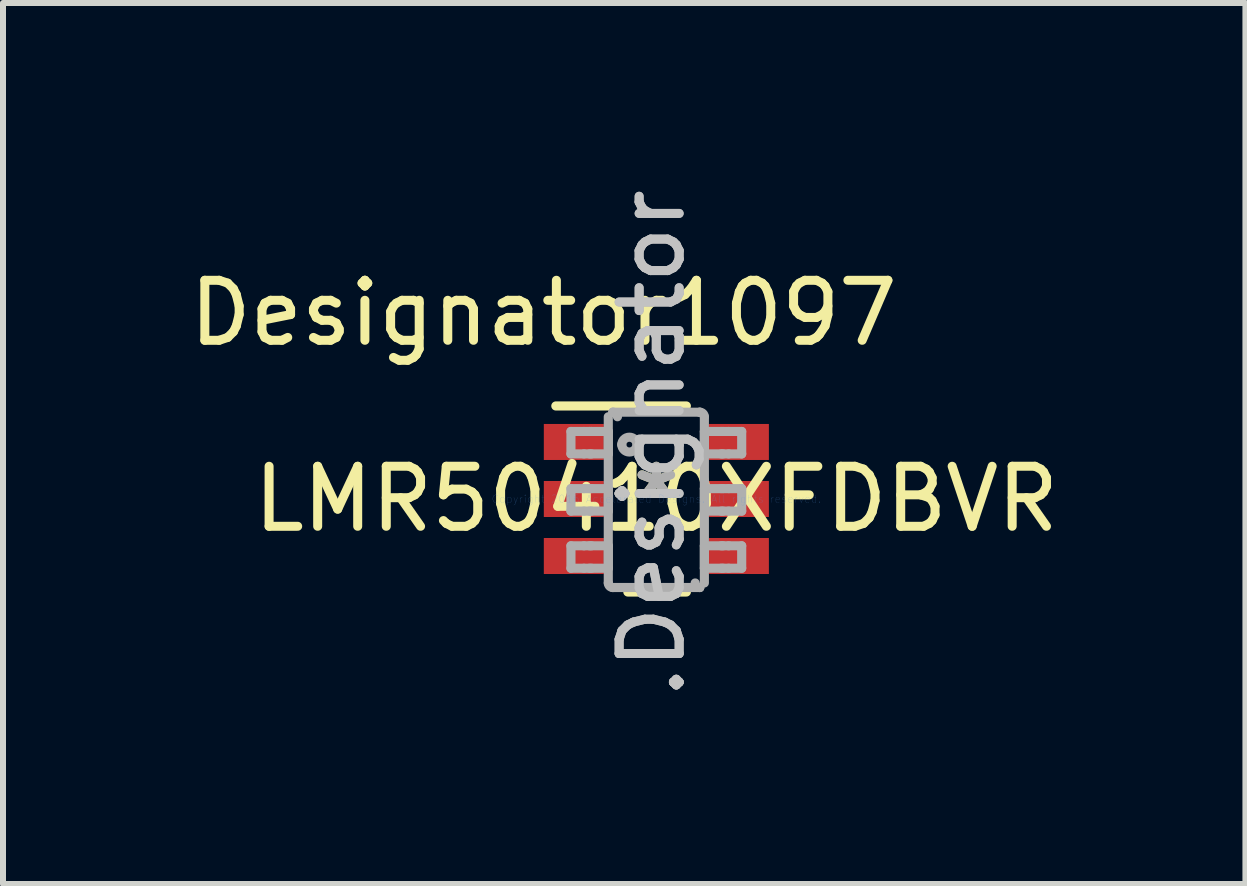
<source format=kicad_pcb>
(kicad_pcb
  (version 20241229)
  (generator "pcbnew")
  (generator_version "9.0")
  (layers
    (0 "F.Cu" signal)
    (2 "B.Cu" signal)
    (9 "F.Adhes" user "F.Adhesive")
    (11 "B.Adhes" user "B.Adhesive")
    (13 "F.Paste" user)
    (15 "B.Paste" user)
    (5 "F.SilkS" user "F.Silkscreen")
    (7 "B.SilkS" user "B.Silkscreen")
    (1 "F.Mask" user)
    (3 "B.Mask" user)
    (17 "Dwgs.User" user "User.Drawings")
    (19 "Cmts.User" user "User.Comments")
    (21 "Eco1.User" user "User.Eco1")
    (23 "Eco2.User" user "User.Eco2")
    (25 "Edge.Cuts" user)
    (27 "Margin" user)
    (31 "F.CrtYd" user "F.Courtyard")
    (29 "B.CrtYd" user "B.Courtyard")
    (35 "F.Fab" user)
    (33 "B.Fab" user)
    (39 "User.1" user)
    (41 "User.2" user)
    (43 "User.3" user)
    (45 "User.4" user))
  (footprint "LMR50410XFDBVR"
    (layer "F.Cu")
    (at 7.886 5.264)
    (property "Reference" "LMR50410XFDBVR" (at 0 0 0) (layer "F.SilkS") (effects (font (size 1 1) (thickness 0.15))))
    (attr through_hole)
    (fp_line (start -1.675 -1.55) (end 0.5 -1.55) (stroke (width 0.152) (type solid)) (layer "F.SilkS"))
    (fp_line (start -0.475 1.55) (end 0.5 1.55) (stroke (width 0.152) (type solid)) (layer "F.SilkS"))
    (fp_line (start -1.423 -1.125) (end -1.206 -1.125) (stroke (width 0.152) (type solid)) (layer "F.Fab"))
    (fp_line (start -1.423 -0.751) (end -1.423 -1.125) (stroke (width 0.152) (type solid)) (layer "F.Fab"))
    (fp_line (start -1.423 -0.751) (end -1.206 -0.751) (stroke (width 0.152) (type solid)) (layer "F.Fab"))
    (fp_line (start -1.423 -0.173) (end -1.206 -0.173) (stroke (width 0.152) (type solid)) (layer "F.Fab"))
    (fp_line (start -1.423 0.202) (end -1.423 -0.173) (stroke (width 0.152) (type solid)) (layer "F.Fab"))
    (fp_line (start -1.423 0.202) (end -1.206 0.202) (stroke (width 0.152) (type solid)) (layer "F.Fab"))
    (fp_line (start -1.423 0.78) (end -1.206 0.78) (stroke (width 0.152) (type solid)) (layer "F.Fab"))
    (fp_line (start -1.423 1.154) (end -1.423 0.78) (stroke (width 0.152) (type solid)) (layer "F.Fab"))
    (fp_line (start -1.423 1.154) (end -1.206 1.154) (stroke (width 0.152) (type solid)) (layer "F.Fab"))
    (fp_line (start -1.206 -1.125) (end -1.113 -1.125) (stroke (width 0.152) (type solid)) (layer "F.Fab"))
    (fp_line (start -1.206 -0.751) (end -1.113 -0.751) (stroke (width 0.152) (type solid)) (layer "F.Fab"))
    (fp_line (start -1.206 -0.173) (end -1.113 -0.173) (stroke (width 0.152) (type solid)) (layer "F.Fab"))
    (fp_line (start -1.206 0.202) (end -1.113 0.202) (stroke (width 0.152) (type solid)) (layer "F.Fab"))
    (fp_line (start -1.206 0.78) (end -1.113 0.78) (stroke (width 0.152) (type solid)) (layer "F.Fab"))
    (fp_line (start -1.206 1.154) (end -1.113 1.154) (stroke (width 0.152) (type solid)) (layer "F.Fab"))
    (fp_line (start -1.113 -1.125) (end -1.081 -1.125) (stroke (width 0.152) (type solid)) (layer "F.Fab"))
    (fp_line (start -1.113 -0.751) (end -1.081 -0.751) (stroke (width 0.152) (type solid)) (layer "F.Fab"))
    (fp_line (start -1.113 -0.173) (end -1.081 -0.173) (stroke (width 0.152) (type solid)) (layer "F.Fab"))
    (fp_line (start -1.113 0.202) (end -1.081 0.202) (stroke (width 0.152) (type solid)) (layer "F.Fab"))
    (fp_line (start -1.113 0.78) (end -1.081 0.78) (stroke (width 0.152) (type solid)) (layer "F.Fab"))
    (fp_line (start -1.113 1.154) (end -1.081 1.154) (stroke (width 0.152) (type solid)) (layer "F.Fab"))
    (fp_line (start -1.081 -1.125) (end -0.828 -1.125) (stroke (width 0.152) (type solid)) (layer "F.Fab"))
    (fp_line (start -1.081 -0.751) (end -0.828 -0.751) (stroke (width 0.152) (type solid)) (layer "F.Fab"))
    (fp_line (start -1.081 -0.173) (end -0.828 -0.173) (stroke (width 0.152) (type solid)) (layer "F.Fab"))
    (fp_line (start -1.081 0.202) (end -0.828 0.202) (stroke (width 0.152) (type solid)) (layer "F.Fab"))
    (fp_line (start -1.081 0.78) (end -0.828 0.78) (stroke (width 0.152) (type solid)) (layer "F.Fab"))
    (fp_line (start -1.081 1.154) (end -0.828 1.154) (stroke (width 0.152) (type solid)) (layer "F.Fab"))
    (fp_line (start -0.828 -1.125) (end -0.801 -1.125) (stroke (width 0.152) (type solid)) (layer "F.Fab"))
    (fp_line (start -0.828 -0.751) (end -0.801 -0.751) (stroke (width 0.152) (type solid)) (layer "F.Fab"))
    (fp_line (start -0.828 -0.173) (end -0.801 -0.173) (stroke (width 0.152) (type solid)) (layer "F.Fab"))
    (fp_line (start -0.828 0.202) (end -0.801 0.202) (stroke (width 0.152) (type solid)) (layer "F.Fab"))
    (fp_line (start -0.828 0.78) (end -0.801 0.78) (stroke (width 0.152) (type solid)) (layer "F.Fab"))
    (fp_line (start -0.828 1.154) (end -0.801 1.154) (stroke (width 0.152) (type solid)) (layer "F.Fab"))
    (fp_line (start -0.801 -0.751) (end -0.801 -1.125) (stroke (width 0.152) (type solid)) (layer "F.Fab"))
    (fp_line (start -0.801 0.202) (end -0.801 -0.173) (stroke (width 0.152) (type solid)) (layer "F.Fab"))
    (fp_line (start -0.801 1.154) (end -0.801 0.78) (stroke (width 0.152) (type solid)) (layer "F.Fab"))
    (fp_line (start -0.801 1.399) (end -0.801 -1.37) (stroke (width 0.152) (type solid)) (layer "F.Fab"))
    (fp_line (start -0.725 -1.446) (end -0.724 -1.446) (stroke (width 0.152) (type solid)) (layer "F.Fab"))
    (fp_line (start -0.725 1.475) (end -0.724 1.475) (stroke (width 0.152) (type solid)) (layer "F.Fab"))
    (fp_line (start -0.724 -1.446) (end 0.723 -1.446) (stroke (width 0.152) (type solid)) (layer "F.Fab"))
    (fp_line (start -0.724 1.475) (end 0.723 1.475) (stroke (width 0.152) (type solid)) (layer "F.Fab"))
    (fp_line (start 0.723 -1.446) (end 0.724 -1.446) (stroke (width 0.152) (type solid)) (layer "F.Fab"))
    (fp_line (start 0.723 1.475) (end 0.724 1.475) (stroke (width 0.152) (type solid)) (layer "F.Fab"))
    (fp_line (start 0.8 -1.125) (end 0.827 -1.125) (stroke (width 0.152) (type solid)) (layer "F.Fab"))
    (fp_line (start 0.8 -0.751) (end 0.8 -1.125) (stroke (width 0.152) (type solid)) (layer "F.Fab"))
    (fp_line (start 0.8 -0.751) (end 0.827 -0.751) (stroke (width 0.152) (type solid)) (layer "F.Fab"))
    (fp_line (start 0.8 -0.173) (end 0.827 -0.173) (stroke (width 0.152) (type solid)) (layer "F.Fab"))
    (fp_line (start 0.8 0.202) (end 0.8 -0.173) (stroke (width 0.152) (type solid)) (layer "F.Fab"))
    (fp_line (start 0.8 0.202) (end 0.827 0.202) (stroke (width 0.152) (type solid)) (layer "F.Fab"))
    (fp_line (start 0.8 0.78) (end 0.827 0.78) (stroke (width 0.152) (type solid)) (layer "F.Fab"))
    (fp_line (start 0.8 1.154) (end 0.8 0.78) (stroke (width 0.152) (type solid)) (layer "F.Fab"))
    (fp_line (start 0.8 1.154) (end 0.827 1.154) (stroke (width 0.152) (type solid)) (layer "F.Fab"))
    (fp_line (start 0.8 1.399) (end 0.8 -1.37) (stroke (width 0.152) (type solid)) (layer "F.Fab"))
    (fp_line (start 0.827 -1.125) (end 1.08 -1.125) (stroke (width 0.152) (type solid)) (layer "F.Fab"))
    (fp_line (start 0.827 -0.751) (end 1.08 -0.751) (stroke (width 0.152) (type solid)) (layer "F.Fab"))
    (fp_line (start 0.827 -0.173) (end 1.08 -0.173) (stroke (width 0.152) (type solid)) (layer "F.Fab"))
    (fp_line (start 0.827 0.202) (end 1.08 0.202) (stroke (width 0.152) (type solid)) (layer "F.Fab"))
    (fp_line (start 0.827 0.78) (end 1.08 0.78) (stroke (width 0.152) (type solid)) (layer "F.Fab"))
    (fp_line (start 0.827 1.154) (end 1.08 1.154) (stroke (width 0.152) (type solid)) (layer "F.Fab"))
    (fp_line (start 1.08 -1.125) (end 1.112 -1.125) (stroke (width 0.152) (type solid)) (layer "F.Fab"))
    (fp_line (start 1.08 -0.751) (end 1.112 -0.751) (stroke (width 0.152) (type solid)) (layer "F.Fab"))
    (fp_line (start 1.08 -0.173) (end 1.112 -0.173) (stroke (width 0.152) (type solid)) (layer "F.Fab"))
    (fp_line (start 1.08 0.202) (end 1.112 0.202) (stroke (width 0.152) (type solid)) (layer "F.Fab"))
    (fp_line (start 1.08 0.78) (end 1.112 0.78) (stroke (width 0.152) (type solid)) (layer "F.Fab"))
    (fp_line (start 1.08 1.154) (end 1.112 1.154) (stroke (width 0.152) (type solid)) (layer "F.Fab"))
    (fp_line (start 1.112 -1.125) (end 1.205 -1.125) (stroke (width 0.152) (type solid)) (layer "F.Fab"))
    (fp_line (start 1.112 -0.751) (end 1.205 -0.751) (stroke (width 0.152) (type solid)) (layer "F.Fab"))
    (fp_line (start 1.112 -0.173) (end 1.205 -0.173) (stroke (width 0.152) (type solid)) (layer "F.Fab"))
    (fp_line (start 1.112 0.202) (end 1.205 0.202) (stroke (width 0.152) (type solid)) (layer "F.Fab"))
    (fp_line (start 1.112 0.78) (end 1.205 0.78) (stroke (width 0.152) (type solid)) (layer "F.Fab"))
    (fp_line (start 1.112 1.154) (end 1.205 1.154) (stroke (width 0.152) (type solid)) (layer "F.Fab"))
    (fp_line (start 1.205 -1.125) (end 1.422 -1.125) (stroke (width 0.152) (type solid)) (layer "F.Fab"))
    (fp_line (start 1.205 -0.751) (end 1.422 -0.751) (stroke (width 0.152) (type solid)) (layer "F.Fab"))
    (fp_line (start 1.205 -0.173) (end 1.422 -0.173) (stroke (width 0.152) (type solid)) (layer "F.Fab"))
    (fp_line (start 1.205 0.202) (end 1.422 0.202) (stroke (width 0.152) (type solid)) (layer "F.Fab"))
    (fp_line (start 1.205 0.78) (end 1.422 0.78) (stroke (width 0.152) (type solid)) (layer "F.Fab"))
    (fp_line (start 1.205 1.154) (end 1.422 1.154) (stroke (width 0.152) (type solid)) (layer "F.Fab"))
    (fp_line (start 1.422 -0.751) (end 1.422 -1.125) (stroke (width 0.152) (type solid)) (layer "F.Fab"))
    (fp_line (start 1.422 0.202) (end 1.422 -0.173) (stroke (width 0.152) (type solid)) (layer "F.Fab"))
    (fp_line (start 1.422 1.154) (end 1.422 0.78) (stroke (width 0.152) (type solid)) (layer "F.Fab"))
    (fp_arc (start -0.724487 1.475003) (mid -0.778145 1.45291) (end -0.800689 1.39944) (stroke (width 0.1524) (type solid)) (layer "F.Fab"))
    (fp_arc (start -0.724474 -1.446002) (mid -0.670807 -1.423905) (end -0.648259 -1.370426) (stroke (width 0.1524) (type solid)) (layer "F.Fab"))
    (fp_arc (start -0.576537 -0.906071) (mid -0.449562 -1.033046) (end -0.322587 -0.906071) (stroke (width 0.1524) (type solid)) (layer "F.Fab"))
    (fp_arc (start -0.322588 -0.906071) (mid -0.449562 -0.779097) (end -0.576536 -0.906071) (stroke (width 0.1524) (type solid)) (layer "F.Fab"))
    (fp_arc (start 0.723303 -1.446002) (mid 0.776961 -1.423909) (end 0.799505 -1.370439) (stroke (width 0.1524) (type solid)) (layer "F.Fab"))
    (fp_arc (start 0.723316 1.475003) (mid 0.669668 1.452913) (end 0.647127 1.399453) (stroke (width 0.1524) (type solid)) (layer "F.Fab"))
    (fp_text user "Designator1097" (at -1.88 -3.099 0) (layer "F.SilkS") (effects (font (size 1 1) (thickness 0.15))))
    (fp_text user "*" (at 0 0 0) (layer "F.SilkS") (effects (font (size 1 1) (thickness 0.15))))
    (fp_text user ".Designator" (at -0.075 -0.925 270) (layer "Dwgs.User") (effects (font (size 1 1) (thickness 0.15))))
    (fp_text user "Copyright 2016 Accelerated Designs. All rights reserved." (at 0 0 0) (layer "Cmts.User") (effects (font (size 0.127 0.127) (thickness 0.002))))
    (fp_text user ".Designator" (at -0.075 -0.925 270) (layer "F.Fab") (effects (font (size 1 1) (thickness 0.15))))
    (fp_text user "*" (at 0 0 0) (layer "F.Fab") (effects (font (size 1 1) (thickness 0.15))))
    (pad "1" smd rect (at -1.375 -0.95 90) (size 0.6 1) (layers "F.Cu" "F.Mask" "F.Paste"))
    (pad "2" smd rect (at -1.375 0 90) (size 0.6 1) (layers "F.Cu" "F.Mask" "F.Paste"))
    (pad "3" smd rect (at -1.375 0.95 90) (size 0.6 1) (layers "F.Cu" "F.Mask" "F.Paste"))
    (pad "4" smd rect (at 1.375 0.95 90) (size 0.6 1) (layers "F.Cu" "F.Mask" "F.Paste"))
    (pad "5" smd rect (at 1.375 0 90) (size 0.6 1) (layers "F.Cu" "F.Mask" "F.Paste"))
    (pad "6" smd rect (at 1.375 -0.95 90) (size 0.6 1) (layers "F.Cu" "F.Mask" "F.Paste")))
  (gr_rect
    (start -3 -3)
    (end 17.701 11.679)
    (stroke (width 0.1) (type default))
    (fill no)
    (layer "Edge.Cuts")))
</source>
